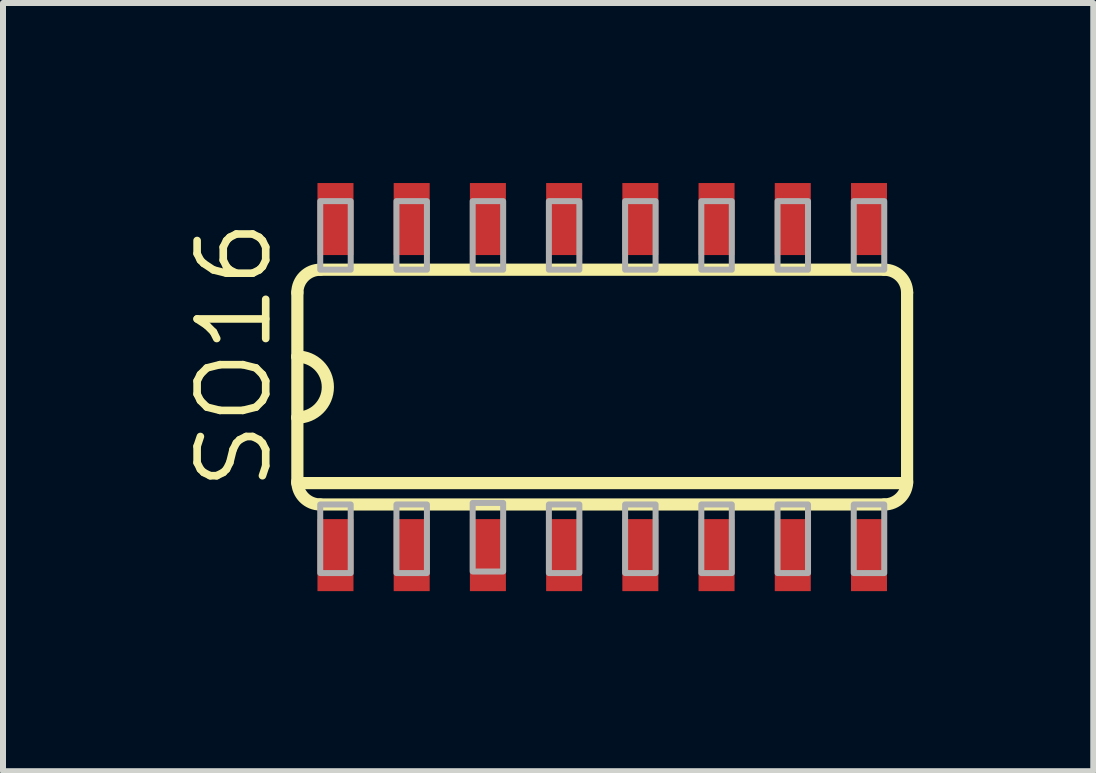
<source format=kicad_pcb>
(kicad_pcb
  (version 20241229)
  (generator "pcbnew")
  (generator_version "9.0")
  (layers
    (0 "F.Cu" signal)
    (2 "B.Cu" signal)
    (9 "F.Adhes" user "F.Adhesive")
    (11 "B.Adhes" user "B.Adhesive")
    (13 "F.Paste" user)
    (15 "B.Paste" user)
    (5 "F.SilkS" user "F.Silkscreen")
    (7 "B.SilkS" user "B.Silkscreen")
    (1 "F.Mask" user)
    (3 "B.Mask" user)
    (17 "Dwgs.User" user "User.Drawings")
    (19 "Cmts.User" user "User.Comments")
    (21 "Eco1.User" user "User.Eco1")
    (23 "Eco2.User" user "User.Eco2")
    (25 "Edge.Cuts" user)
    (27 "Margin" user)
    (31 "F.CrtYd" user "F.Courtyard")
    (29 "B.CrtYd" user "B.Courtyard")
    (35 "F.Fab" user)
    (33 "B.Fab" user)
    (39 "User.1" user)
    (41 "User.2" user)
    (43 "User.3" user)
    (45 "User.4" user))
  (footprint "SO16"
    (layer "F.Cu")
    (at 6.985 3.4)
    (property "Reference" "SO16" (at -5.461 1.778 90) (layer "F.SilkS") (effects (font (size 1.143 1.143) (thickness 0.127)) (justify left bottom)))
    (fp_line (start -5.08 -1.575) (end -5.08 -0.508) (stroke (width 0.203) (type solid)) (layer "F.SilkS"))
    (fp_line (start -5.08 -0.508) (end -5.08 0.508) (stroke (width 0.203) (type solid)) (layer "F.SilkS"))
    (fp_line (start -5.08 0.508) (end -5.08 1.575) (stroke (width 0.203) (type solid)) (layer "F.SilkS"))
    (fp_line (start -5.08 1.6) (end 5.08 1.6) (stroke (width 0.203) (type solid)) (layer "F.SilkS"))
    (fp_line (start -4.699 1.956) (end 4.699 1.956) (stroke (width 0.203) (type solid)) (layer "F.SilkS"))
    (fp_line (start 4.699 -1.956) (end -4.699 -1.956) (stroke (width 0.203) (type solid)) (layer "F.SilkS"))
    (fp_line (start 5.08 1.575) (end 5.08 -1.575) (stroke (width 0.203) (type solid)) (layer "F.SilkS"))
    (fp_arc (start -5.08 -1.5748) (mid -4.968408 -1.844208) (end -4.699 -1.9558) (stroke (width 0.2032) (type solid)) (layer "F.SilkS"))
    (fp_arc (start -5.08 -0.508) (mid -4.572 0) (end -5.08 0.508) (stroke (width 0.2032) (type solid)) (layer "F.SilkS"))
    (fp_arc (start -4.699 1.9558) (mid -4.968408 1.844208) (end -5.08 1.5748) (stroke (width 0.2032) (type solid)) (layer "F.SilkS"))
    (fp_arc (start 4.699 -1.9558) (mid 4.968408 -1.844208) (end 5.08 -1.5748) (stroke (width 0.2032) (type solid)) (layer "F.SilkS"))
    (fp_arc (start 5.08 1.5748) (mid 4.968408 1.844208) (end 4.699 1.9558) (stroke (width 0.2032) (type solid)) (layer "F.SilkS"))
    (fp_poly (pts (xy -4.699 -1.956) (xy -4.191 -1.956) (xy -4.191 -3.099) (xy -4.699 -3.099)) (stroke (width 0.1) (type default)) (fill no) (layer "F.Fab"))
    (fp_poly (pts (xy -4.699 3.099) (xy -4.191 3.099) (xy -4.191 1.956) (xy -4.699 1.956)) (stroke (width 0.1) (type default)) (fill no) (layer "F.Fab"))
    (fp_poly (pts (xy -3.429 -1.956) (xy -2.921 -1.956) (xy -2.921 -3.099) (xy -3.429 -3.099)) (stroke (width 0.1) (type default)) (fill no) (layer "F.Fab"))
    (fp_poly (pts (xy -3.429 3.099) (xy -2.921 3.099) (xy -2.921 1.956) (xy -3.429 1.956)) (stroke (width 0.1) (type default)) (fill no) (layer "F.Fab"))
    (fp_poly (pts (xy -2.159 -1.956) (xy -1.651 -1.956) (xy -1.651 -3.099) (xy -2.159 -3.099)) (stroke (width 0.1) (type default)) (fill no) (layer "F.Fab"))
    (fp_poly (pts (xy -2.159 3.073) (xy -1.651 3.073) (xy -1.651 1.93) (xy -2.159 1.93)) (stroke (width 0.1) (type default)) (fill no) (layer "F.Fab"))
    (fp_poly (pts (xy -0.889 -1.956) (xy -0.381 -1.956) (xy -0.381 -3.099) (xy -0.889 -3.099)) (stroke (width 0.1) (type default)) (fill no) (layer "F.Fab"))
    (fp_poly (pts (xy -0.889 3.099) (xy -0.381 3.099) (xy -0.381 1.956) (xy -0.889 1.956)) (stroke (width 0.1) (type default)) (fill no) (layer "F.Fab"))
    (fp_poly (pts (xy 0.381 -1.956) (xy 0.889 -1.956) (xy 0.889 -3.099) (xy 0.381 -3.099)) (stroke (width 0.1) (type default)) (fill no) (layer "F.Fab"))
    (fp_poly (pts (xy 0.381 3.099) (xy 0.889 3.099) (xy 0.889 1.956) (xy 0.381 1.956)) (stroke (width 0.1) (type default)) (fill no) (layer "F.Fab"))
    (fp_poly (pts (xy 1.651 -1.956) (xy 2.159 -1.956) (xy 2.159 -3.099) (xy 1.651 -3.099)) (stroke (width 0.1) (type default)) (fill no) (layer "F.Fab"))
    (fp_poly (pts (xy 1.651 3.099) (xy 2.159 3.099) (xy 2.159 1.956) (xy 1.651 1.956)) (stroke (width 0.1) (type default)) (fill no) (layer "F.Fab"))
    (fp_poly (pts (xy 2.921 -1.956) (xy 3.429 -1.956) (xy 3.429 -3.099) (xy 2.921 -3.099)) (stroke (width 0.1) (type default)) (fill no) (layer "F.Fab"))
    (fp_poly (pts (xy 2.921 3.099) (xy 3.429 3.099) (xy 3.429 1.956) (xy 2.921 1.956)) (stroke (width 0.1) (type default)) (fill no) (layer "F.Fab"))
    (fp_poly (pts (xy 4.191 -1.956) (xy 4.699 -1.956) (xy 4.699 -3.099) (xy 4.191 -3.099)) (stroke (width 0.1) (type default)) (fill no) (layer "F.Fab"))
    (fp_poly (pts (xy 4.191 3.099) (xy 4.699 3.099) (xy 4.699 1.956) (xy 4.191 1.956)) (stroke (width 0.1) (type default)) (fill no) (layer "F.Fab"))
    (pad "1" smd rect (at -4.445 2.8) (size 0.6 1.2) (layers "F.Cu" "F.Mask" "F.Paste"))
    (pad "2" smd rect (at -3.175 2.8) (size 0.6 1.2) (layers "F.Cu" "F.Mask" "F.Paste"))
    (pad "3" smd rect (at -1.905 2.8) (size 0.6 1.2) (layers "F.Cu" "F.Mask" "F.Paste"))
    (pad "4" smd rect (at -0.635 2.8) (size 0.6 1.2) (layers "F.Cu" "F.Mask" "F.Paste"))
    (pad "5" smd rect (at 0.635 2.8) (size 0.6 1.2) (layers "F.Cu" "F.Mask" "F.Paste"))
    (pad "6" smd rect (at 1.905 2.8) (size 0.6 1.2) (layers "F.Cu" "F.Mask" "F.Paste"))
    (pad "7" smd rect (at 3.175 2.8) (size 0.6 1.2) (layers "F.Cu" "F.Mask" "F.Paste"))
    (pad "8" smd rect (at 4.445 2.8) (size 0.6 1.2) (layers "F.Cu" "F.Mask" "F.Paste"))
    (pad "9" smd rect (at 4.445 -2.8) (size 0.6 1.2) (layers "F.Cu" "F.Mask" "F.Paste"))
    (pad "10" smd rect (at 3.175 -2.8) (size 0.6 1.2) (layers "F.Cu" "F.Mask" "F.Paste"))
    (pad "11" smd rect (at 1.905 -2.8) (size 0.6 1.2) (layers "F.Cu" "F.Mask" "F.Paste"))
    (pad "12" smd rect (at 0.635 -2.8) (size 0.6 1.2) (layers "F.Cu" "F.Mask" "F.Paste"))
    (pad "13" smd rect (at -0.635 -2.8) (size 0.6 1.2) (layers "F.Cu" "F.Mask" "F.Paste"))
    (pad "14" smd rect (at -1.905 -2.8) (size 0.6 1.2) (layers "F.Cu" "F.Mask" "F.Paste"))
    (pad "15" smd rect (at -3.175 -2.8) (size 0.6 1.2) (layers "F.Cu" "F.Mask" "F.Paste"))
    (pad "16" smd rect (at -4.445 -2.8) (size 0.6 1.2) (layers "F.Cu" "F.Mask" "F.Paste")))
  (gr_rect
    (start -3 -3)
    (end 15.167 9.8)
    (stroke (width 0.1) (type default))
    (fill no)
    (layer "Edge.Cuts")))
</source>
